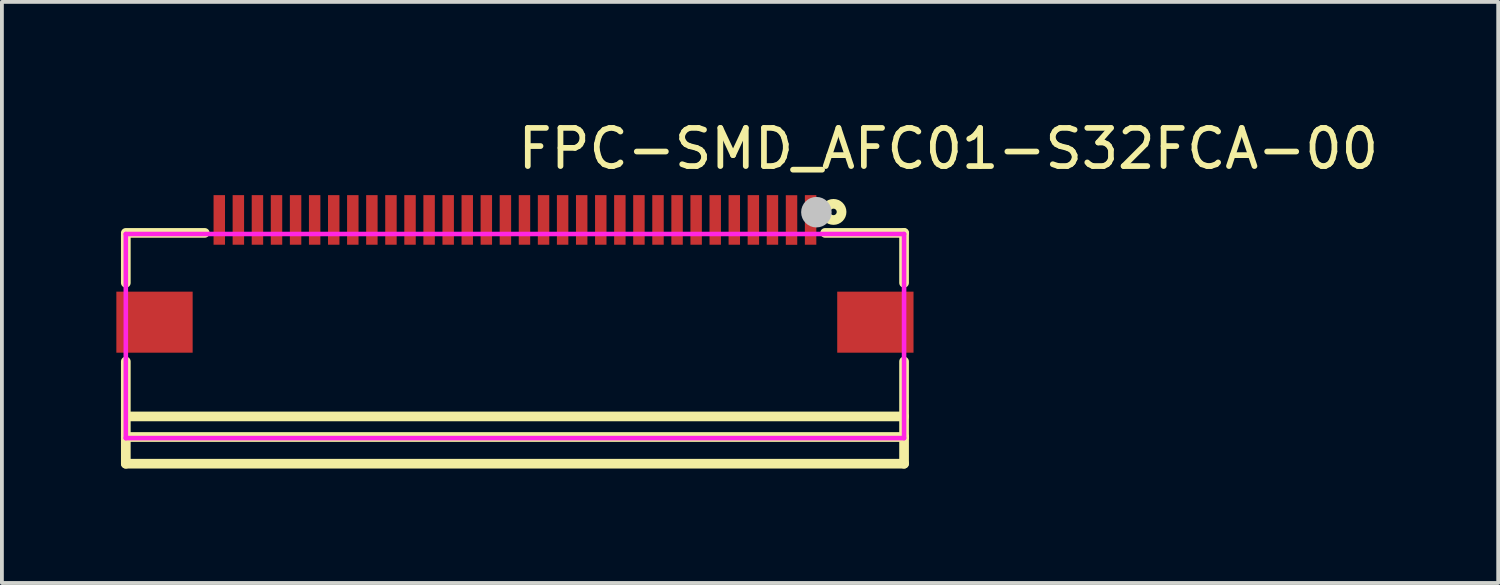
<source format=kicad_pcb>
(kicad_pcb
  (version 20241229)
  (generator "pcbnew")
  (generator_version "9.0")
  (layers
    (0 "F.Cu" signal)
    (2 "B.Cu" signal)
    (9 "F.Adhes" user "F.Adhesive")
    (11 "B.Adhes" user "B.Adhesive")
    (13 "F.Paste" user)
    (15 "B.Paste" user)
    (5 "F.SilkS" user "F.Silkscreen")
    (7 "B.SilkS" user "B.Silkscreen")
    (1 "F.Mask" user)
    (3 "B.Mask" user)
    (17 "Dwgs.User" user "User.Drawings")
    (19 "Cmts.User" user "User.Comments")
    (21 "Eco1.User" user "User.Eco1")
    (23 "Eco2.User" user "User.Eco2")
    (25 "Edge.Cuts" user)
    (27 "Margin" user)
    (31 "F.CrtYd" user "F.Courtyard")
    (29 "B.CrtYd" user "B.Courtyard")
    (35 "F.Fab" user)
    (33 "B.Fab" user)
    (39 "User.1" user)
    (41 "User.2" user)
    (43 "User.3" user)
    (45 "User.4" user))
  (footprint "FPC-SMD_AFC01-S32FCA-00"
    (layer "F.Cu")
    (at 10.448 4.055)
    (property "Reference" "FPC-SMD_AFC01-S32FCA-00" (at 0 -3.207 0) (layer "F.SilkS") (effects (font (size 1 1) (thickness 0.15)) (justify left)))
    (attr through_hole)
    (fp_line (start -10.2 -0.95) (end -10.2 0.309) (stroke (width 0.254) (type solid)) (layer "F.SilkS"))
    (fp_line (start -10.2 2.371) (end -10.2 4.35) (stroke (width 0.254) (type solid)) (layer "F.SilkS"))
    (fp_line (start -10.2 3.811) (end 10.2 3.811) (stroke (width 0.254) (type solid)) (layer "F.SilkS"))
    (fp_line (start -10.2 4.35) (end 10.2 4.35) (stroke (width 0.254) (type solid)) (layer "F.SilkS"))
    (fp_line (start -10.2 5.05) (end -10.2 4.35) (stroke (width 0.254) (type solid)) (layer "F.SilkS"))
    (fp_line (start -8.131 -1) (end -10.2 -1) (stroke (width 0.254) (type solid)) (layer "F.SilkS"))
    (fp_line (start 10.2 -1) (end 8.131 -1) (stroke (width 0.254) (type solid)) (layer "F.SilkS"))
    (fp_line (start 10.2 0.309) (end 10.2 -1) (stroke (width 0.254) (type solid)) (layer "F.SilkS"))
    (fp_line (start 10.2 4.35) (end 10.2 2.371) (stroke (width 0.254) (type solid)) (layer "F.SilkS"))
    (fp_line (start 10.2 4.35) (end 10.2 5.05) (stroke (width 0.254) (type solid)) (layer "F.SilkS"))
    (fp_line (start 10.2 5.05) (end -10.2 5.05) (stroke (width 0.254) (type solid)) (layer "F.SilkS"))
    (fp_circle (center 8.35 -1.55) (end 8.562 -1.55) (stroke (width 0.254) (type solid)) (fill no) (layer "F.SilkS"))
    (fp_circle (center 7.902 -1.543) (end 8.102 -1.543) (stroke (width 0.4) (type solid)) (fill no) (layer "Dwgs.User"))
    (fp_line (start -7.85 -1.03) (end -7.65 -1.03) (stroke (width 0.12) (type solid)) (layer "Eco2.User"))
    (fp_line (start -7.85 -0.97) (end -7.85 -1.03) (stroke (width 0.12) (type solid)) (layer "Eco2.User"))
    (fp_line (start -7.65 -1.03) (end -7.65 -0.97) (stroke (width 0.12) (type solid)) (layer "Eco2.User"))
    (fp_line (start -7.65 -0.97) (end -7.85 -0.97) (stroke (width 0.12) (type solid)) (layer "Eco2.User"))
    (fp_line (start -7.35 -1.03) (end -7.15 -1.03) (stroke (width 0.12) (type solid)) (layer "Eco2.User"))
    (fp_line (start -7.35 -0.97) (end -7.35 -1.03) (stroke (width 0.12) (type solid)) (layer "Eco2.User"))
    (fp_line (start -7.15 -1.03) (end -7.15 -0.97) (stroke (width 0.12) (type solid)) (layer "Eco2.User"))
    (fp_line (start -7.15 -0.97) (end -7.35 -0.97) (stroke (width 0.12) (type solid)) (layer "Eco2.User"))
    (fp_line (start -6.85 -1.03) (end -6.65 -1.03) (stroke (width 0.12) (type solid)) (layer "Eco2.User"))
    (fp_line (start -6.85 -0.97) (end -6.85 -1.03) (stroke (width 0.12) (type solid)) (layer "Eco2.User"))
    (fp_line (start -6.65 -1.03) (end -6.65 -0.97) (stroke (width 0.12) (type solid)) (layer "Eco2.User"))
    (fp_line (start -6.65 -0.97) (end -6.85 -0.97) (stroke (width 0.12) (type solid)) (layer "Eco2.User"))
    (fp_line (start -6.35 -1.03) (end -6.15 -1.03) (stroke (width 0.12) (type solid)) (layer "Eco2.User"))
    (fp_line (start -6.35 -0.97) (end -6.35 -1.03) (stroke (width 0.12) (type solid)) (layer "Eco2.User"))
    (fp_line (start -6.15 -1.03) (end -6.15 -0.97) (stroke (width 0.12) (type solid)) (layer "Eco2.User"))
    (fp_line (start -6.15 -0.97) (end -6.35 -0.97) (stroke (width 0.12) (type solid)) (layer "Eco2.User"))
    (fp_line (start -5.849 -1.03) (end -5.649 -1.03) (stroke (width 0.12) (type solid)) (layer "Eco2.User"))
    (fp_line (start -5.849 -0.97) (end -5.849 -1.03) (stroke (width 0.12) (type solid)) (layer "Eco2.User"))
    (fp_line (start -5.649 -1.03) (end -5.649 -0.97) (stroke (width 0.12) (type solid)) (layer "Eco2.User"))
    (fp_line (start -5.649 -0.97) (end -5.849 -0.97) (stroke (width 0.12) (type solid)) (layer "Eco2.User"))
    (fp_line (start -5.349 -1.03) (end -5.15 -1.03) (stroke (width 0.12) (type solid)) (layer "Eco2.User"))
    (fp_line (start -5.349 -0.97) (end -5.349 -1.03) (stroke (width 0.12) (type solid)) (layer "Eco2.User"))
    (fp_line (start -5.15 -1.03) (end -5.15 -0.97) (stroke (width 0.12) (type solid)) (layer "Eco2.User"))
    (fp_line (start -5.15 -0.97) (end -5.349 -0.97) (stroke (width 0.12) (type solid)) (layer "Eco2.User"))
    (fp_line (start -4.849 -1.03) (end -4.649 -1.03) (stroke (width 0.12) (type solid)) (layer "Eco2.User"))
    (fp_line (start -4.849 -0.97) (end -4.849 -1.03) (stroke (width 0.12) (type solid)) (layer "Eco2.User"))
    (fp_line (start -4.649 -1.03) (end -4.649 -0.97) (stroke (width 0.12) (type solid)) (layer "Eco2.User"))
    (fp_line (start -4.649 -0.97) (end -4.849 -0.97) (stroke (width 0.12) (type solid)) (layer "Eco2.User"))
    (fp_line (start -4.349 -1.03) (end -4.149 -1.03) (stroke (width 0.12) (type solid)) (layer "Eco2.User"))
    (fp_line (start -4.349 -0.97) (end -4.349 -1.03) (stroke (width 0.12) (type solid)) (layer "Eco2.User"))
    (fp_line (start -4.149 -1.03) (end -4.149 -0.97) (stroke (width 0.12) (type solid)) (layer "Eco2.User"))
    (fp_line (start -4.149 -0.97) (end -4.349 -0.97) (stroke (width 0.12) (type solid)) (layer "Eco2.User"))
    (fp_line (start -3.85 -1.03) (end -3.65 -1.03) (stroke (width 0.12) (type solid)) (layer "Eco2.User"))
    (fp_line (start -3.85 -0.97) (end -3.85 -1.03) (stroke (width 0.12) (type solid)) (layer "Eco2.User"))
    (fp_line (start -3.65 -1.03) (end -3.65 -0.97) (stroke (width 0.12) (type solid)) (layer "Eco2.User"))
    (fp_line (start -3.65 -0.97) (end -3.85 -0.97) (stroke (width 0.12) (type solid)) (layer "Eco2.User"))
    (fp_line (start -3.35 -1.03) (end -3.15 -1.03) (stroke (width 0.12) (type solid)) (layer "Eco2.User"))
    (fp_line (start -3.35 -0.97) (end -3.35 -1.03) (stroke (width 0.12) (type solid)) (layer "Eco2.User"))
    (fp_line (start -3.15 -1.03) (end -3.15 -0.97) (stroke (width 0.12) (type solid)) (layer "Eco2.User"))
    (fp_line (start -3.15 -0.97) (end -3.35 -0.97) (stroke (width 0.12) (type solid)) (layer "Eco2.User"))
    (fp_line (start -2.85 -1.03) (end -2.65 -1.03) (stroke (width 0.12) (type solid)) (layer "Eco2.User"))
    (fp_line (start -2.85 -0.97) (end -2.85 -1.03) (stroke (width 0.12) (type solid)) (layer "Eco2.User"))
    (fp_line (start -2.65 -1.03) (end -2.65 -0.97) (stroke (width 0.12) (type solid)) (layer "Eco2.User"))
    (fp_line (start -2.65 -0.97) (end -2.85 -0.97) (stroke (width 0.12) (type solid)) (layer "Eco2.User"))
    (fp_line (start -2.35 -1.03) (end -2.15 -1.03) (stroke (width 0.12) (type solid)) (layer "Eco2.User"))
    (fp_line (start -2.35 -0.97) (end -2.35 -1.03) (stroke (width 0.12) (type solid)) (layer "Eco2.User"))
    (fp_line (start -2.15 -1.03) (end -2.15 -0.97) (stroke (width 0.12) (type solid)) (layer "Eco2.User"))
    (fp_line (start -2.15 -0.97) (end -2.35 -0.97) (stroke (width 0.12) (type solid)) (layer "Eco2.User"))
    (fp_line (start -1.849 -1.03) (end -1.649 -1.03) (stroke (width 0.12) (type solid)) (layer "Eco2.User"))
    (fp_line (start -1.849 -0.97) (end -1.849 -1.03) (stroke (width 0.12) (type solid)) (layer "Eco2.User"))
    (fp_line (start -1.649 -1.03) (end -1.649 -0.97) (stroke (width 0.12) (type solid)) (layer "Eco2.User"))
    (fp_line (start -1.649 -0.97) (end -1.849 -0.97) (stroke (width 0.12) (type solid)) (layer "Eco2.User"))
    (fp_line (start -1.349 -1.029) (end -1.149 -1.029) (stroke (width 0.12) (type solid)) (layer "Eco2.User"))
    (fp_line (start -1.349 -0.97) (end -1.349 -1.029) (stroke (width 0.12) (type solid)) (layer "Eco2.User"))
    (fp_line (start -1.149 -1.029) (end -1.149 -0.97) (stroke (width 0.12) (type solid)) (layer "Eco2.User"))
    (fp_line (start -1.149 -0.97) (end -1.349 -0.97) (stroke (width 0.12) (type solid)) (layer "Eco2.User"))
    (fp_line (start -0.849 -1.03) (end -0.649 -1.03) (stroke (width 0.12) (type solid)) (layer "Eco2.User"))
    (fp_line (start -0.849 -0.97) (end -0.849 -1.03) (stroke (width 0.12) (type solid)) (layer "Eco2.User"))
    (fp_line (start -0.649 -1.03) (end -0.649 -0.97) (stroke (width 0.12) (type solid)) (layer "Eco2.User"))
    (fp_line (start -0.649 -0.97) (end -0.849 -0.97) (stroke (width 0.12) (type solid)) (layer "Eco2.User"))
    (fp_line (start -0.349 -1.029) (end -0.149 -1.029) (stroke (width 0.12) (type solid)) (layer "Eco2.User"))
    (fp_line (start -0.349 -0.97) (end -0.349 -1.029) (stroke (width 0.12) (type solid)) (layer "Eco2.User"))
    (fp_line (start -0.149 -1.029) (end -0.149 -0.97) (stroke (width 0.12) (type solid)) (layer "Eco2.User"))
    (fp_line (start -0.149 -0.97) (end -0.349 -0.97) (stroke (width 0.12) (type solid)) (layer "Eco2.User"))
    (fp_line (start 0.15 -1.03) (end 0.35 -1.03) (stroke (width 0.12) (type solid)) (layer "Eco2.User"))
    (fp_line (start 0.15 -0.969) (end 0.15 -1.03) (stroke (width 0.12) (type solid)) (layer "Eco2.User"))
    (fp_line (start 0.35 -1.03) (end 0.35 -0.969) (stroke (width 0.12) (type solid)) (layer "Eco2.User"))
    (fp_line (start 0.35 -0.969) (end 0.15 -0.969) (stroke (width 0.12) (type solid)) (layer "Eco2.User"))
    (fp_line (start 0.65 -1.03) (end 0.85 -1.03) (stroke (width 0.12) (type solid)) (layer "Eco2.User"))
    (fp_line (start 0.65 -0.969) (end 0.65 -1.03) (stroke (width 0.12) (type solid)) (layer "Eco2.User"))
    (fp_line (start 0.85 -1.03) (end 0.85 -0.969) (stroke (width 0.12) (type solid)) (layer "Eco2.User"))
    (fp_line (start 0.85 -0.969) (end 0.65 -0.969) (stroke (width 0.12) (type solid)) (layer "Eco2.User"))
    (fp_line (start 1.15 -1.03) (end 1.35 -1.03) (stroke (width 0.12) (type solid)) (layer "Eco2.User"))
    (fp_line (start 1.15 -0.969) (end 1.15 -1.03) (stroke (width 0.12) (type solid)) (layer "Eco2.User"))
    (fp_line (start 1.35 -1.03) (end 1.35 -0.969) (stroke (width 0.12) (type solid)) (layer "Eco2.User"))
    (fp_line (start 1.35 -0.969) (end 1.15 -0.969) (stroke (width 0.12) (type solid)) (layer "Eco2.User"))
    (fp_line (start 1.65 -1.03) (end 1.85 -1.03) (stroke (width 0.12) (type solid)) (layer "Eco2.User"))
    (fp_line (start 1.65 -0.969) (end 1.65 -1.03) (stroke (width 0.12) (type solid)) (layer "Eco2.User"))
    (fp_line (start 1.85 -1.03) (end 1.85 -0.969) (stroke (width 0.12) (type solid)) (layer "Eco2.User"))
    (fp_line (start 1.85 -0.969) (end 1.65 -0.969) (stroke (width 0.12) (type solid)) (layer "Eco2.User"))
    (fp_line (start 2.15 -1.03) (end 2.35 -1.03) (stroke (width 0.12) (type solid)) (layer "Eco2.User"))
    (fp_line (start 2.15 -0.97) (end 2.15 -1.03) (stroke (width 0.12) (type solid)) (layer "Eco2.User"))
    (fp_line (start 2.35 -1.03) (end 2.35 -0.97) (stroke (width 0.12) (type solid)) (layer "Eco2.User"))
    (fp_line (start 2.35 -0.97) (end 2.15 -0.97) (stroke (width 0.12) (type solid)) (layer "Eco2.User"))
    (fp_line (start 2.65 -1.03) (end 2.85 -1.03) (stroke (width 0.12) (type solid)) (layer "Eco2.User"))
    (fp_line (start 2.65 -0.97) (end 2.65 -1.03) (stroke (width 0.12) (type solid)) (layer "Eco2.User"))
    (fp_line (start 2.85 -1.03) (end 2.85 -0.97) (stroke (width 0.12) (type solid)) (layer "Eco2.User"))
    (fp_line (start 2.85 -0.97) (end 2.65 -0.97) (stroke (width 0.12) (type solid)) (layer "Eco2.User"))
    (fp_line (start 3.15 -1.03) (end 3.35 -1.03) (stroke (width 0.12) (type solid)) (layer "Eco2.User"))
    (fp_line (start 3.15 -0.97) (end 3.15 -1.03) (stroke (width 0.12) (type solid)) (layer "Eco2.User"))
    (fp_line (start 3.35 -1.03) (end 3.35 -0.97) (stroke (width 0.12) (type solid)) (layer "Eco2.User"))
    (fp_line (start 3.35 -0.97) (end 3.15 -0.97) (stroke (width 0.12) (type solid)) (layer "Eco2.User"))
    (fp_line (start 3.65 -1.03) (end 3.85 -1.03) (stroke (width 0.12) (type solid)) (layer "Eco2.User"))
    (fp_line (start 3.65 -0.97) (end 3.65 -1.03) (stroke (width 0.12) (type solid)) (layer "Eco2.User"))
    (fp_line (start 3.85 -1.03) (end 3.85 -0.97) (stroke (width 0.12) (type solid)) (layer "Eco2.User"))
    (fp_line (start 3.85 -0.97) (end 3.65 -0.97) (stroke (width 0.12) (type solid)) (layer "Eco2.User"))
    (fp_line (start 4.15 -1.03) (end 4.35 -1.03) (stroke (width 0.12) (type solid)) (layer "Eco2.User"))
    (fp_line (start 4.15 -0.97) (end 4.15 -1.03) (stroke (width 0.12) (type solid)) (layer "Eco2.User"))
    (fp_line (start 4.35 -1.03) (end 4.35 -0.97) (stroke (width 0.12) (type solid)) (layer "Eco2.User"))
    (fp_line (start 4.35 -0.97) (end 4.15 -0.97) (stroke (width 0.12) (type solid)) (layer "Eco2.User"))
    (fp_line (start 4.65 -1.03) (end 4.85 -1.03) (stroke (width 0.12) (type solid)) (layer "Eco2.User"))
    (fp_line (start 4.65 -0.97) (end 4.65 -1.03) (stroke (width 0.12) (type solid)) (layer "Eco2.User"))
    (fp_line (start 4.85 -1.03) (end 4.85 -0.97) (stroke (width 0.12) (type solid)) (layer "Eco2.User"))
    (fp_line (start 4.85 -0.97) (end 4.65 -0.97) (stroke (width 0.12) (type solid)) (layer "Eco2.User"))
    (fp_line (start 5.15 -1.03) (end 5.35 -1.03) (stroke (width 0.12) (type solid)) (layer "Eco2.User"))
    (fp_line (start 5.15 -0.97) (end 5.15 -1.03) (stroke (width 0.12) (type solid)) (layer "Eco2.User"))
    (fp_line (start 5.35 -1.03) (end 5.35 -0.97) (stroke (width 0.12) (type solid)) (layer "Eco2.User"))
    (fp_line (start 5.35 -0.97) (end 5.15 -0.97) (stroke (width 0.12) (type solid)) (layer "Eco2.User"))
    (fp_line (start 5.65 -1.03) (end 5.85 -1.03) (stroke (width 0.12) (type solid)) (layer "Eco2.User"))
    (fp_line (start 5.65 -0.97) (end 5.65 -1.03) (stroke (width 0.12) (type solid)) (layer "Eco2.User"))
    (fp_line (start 5.85 -1.03) (end 5.85 -0.97) (stroke (width 0.12) (type solid)) (layer "Eco2.User"))
    (fp_line (start 5.85 -0.97) (end 5.65 -0.97) (stroke (width 0.12) (type solid)) (layer "Eco2.User"))
    (fp_line (start 6.15 -1.03) (end 6.35 -1.03) (stroke (width 0.12) (type solid)) (layer "Eco2.User"))
    (fp_line (start 6.15 -0.97) (end 6.15 -1.03) (stroke (width 0.12) (type solid)) (layer "Eco2.User"))
    (fp_line (start 6.35 -1.03) (end 6.35 -0.97) (stroke (width 0.12) (type solid)) (layer "Eco2.User"))
    (fp_line (start 6.35 -0.97) (end 6.15 -0.97) (stroke (width 0.12) (type solid)) (layer "Eco2.User"))
    (fp_line (start 6.65 -1.03) (end 6.85 -1.03) (stroke (width 0.12) (type solid)) (layer "Eco2.User"))
    (fp_line (start 6.65 -0.97) (end 6.65 -1.03) (stroke (width 0.12) (type solid)) (layer "Eco2.User"))
    (fp_line (start 6.85 -1.03) (end 6.85 -0.97) (stroke (width 0.12) (type solid)) (layer "Eco2.User"))
    (fp_line (start 6.85 -0.97) (end 6.65 -0.97) (stroke (width 0.12) (type solid)) (layer "Eco2.User"))
    (fp_line (start 7.15 -1.03) (end 7.35 -1.03) (stroke (width 0.12) (type solid)) (layer "Eco2.User"))
    (fp_line (start 7.15 -0.97) (end 7.15 -1.03) (stroke (width 0.12) (type solid)) (layer "Eco2.User"))
    (fp_line (start 7.35 -1.03) (end 7.35 -0.97) (stroke (width 0.12) (type solid)) (layer "Eco2.User"))
    (fp_line (start 7.35 -0.97) (end 7.15 -0.97) (stroke (width 0.12) (type solid)) (layer "Eco2.User"))
    (fp_line (start 7.65 -1.03) (end 7.85 -1.03) (stroke (width 0.12) (type solid)) (layer "Eco2.User"))
    (fp_line (start 7.65 -0.97) (end 7.65 -1.03) (stroke (width 0.12) (type solid)) (layer "Eco2.User"))
    (fp_line (start 7.85 -1.03) (end 7.85 -0.97) (stroke (width 0.12) (type solid)) (layer "Eco2.User"))
    (fp_line (start 7.85 -0.97) (end 7.65 -0.97) (stroke (width 0.12) (type solid)) (layer "Eco2.User"))
    (fp_circle (center 10.2 -1.72) (end 10.23 -1.72) (stroke (width 0.06) (type solid)) (fill no) (layer "Eco2.User"))
    (fp_poly (pts (xy -8.7 0.81) (xy -8.7 1.81) (xy -10.2 1.81) (xy -10.2 0.81)) (stroke (width 0.12) (type solid)) (fill no) (layer "Eco2.User"))
    (fp_poly (pts (xy -7.65 -1.02) (xy -7.85 -1.02) (xy -7.85 -1.72) (xy -7.65 -1.72)) (stroke (width 0.12) (type solid)) (fill no) (layer "Eco2.User"))
    (fp_poly (pts (xy -7.15 -1.02) (xy -7.35 -1.02) (xy -7.35 -1.72) (xy -7.15 -1.72)) (stroke (width 0.12) (type solid)) (fill no) (layer "Eco2.User"))
    (fp_poly (pts (xy -6.65 -1.02) (xy -6.85 -1.02) (xy -6.85 -1.72) (xy -6.65 -1.72)) (stroke (width 0.12) (type solid)) (fill no) (layer "Eco2.User"))
    (fp_poly (pts (xy -6.15 -1.02) (xy -6.35 -1.02) (xy -6.35 -1.72) (xy -6.15 -1.72)) (stroke (width 0.12) (type solid)) (fill no) (layer "Eco2.User"))
    (fp_poly (pts (xy -5.65 -1.02) (xy -5.85 -1.02) (xy -5.85 -1.72) (xy -5.65 -1.72)) (stroke (width 0.12) (type solid)) (fill no) (layer "Eco2.User"))
    (fp_poly (pts (xy -5.15 -1.02) (xy -5.35 -1.02) (xy -5.35 -1.72) (xy -5.15 -1.72)) (stroke (width 0.12) (type solid)) (fill no) (layer "Eco2.User"))
    (fp_poly (pts (xy -4.65 -1.02) (xy -4.85 -1.02) (xy -4.85 -1.72) (xy -4.65 -1.72)) (stroke (width 0.12) (type solid)) (fill no) (layer "Eco2.User"))
    (fp_poly (pts (xy -4.15 -1.02) (xy -4.35 -1.02) (xy -4.35 -1.72) (xy -4.15 -1.72)) (stroke (width 0.12) (type solid)) (fill no) (layer "Eco2.User"))
    (fp_poly (pts (xy -3.65 -1.02) (xy -3.85 -1.02) (xy -3.85 -1.72) (xy -3.65 -1.72)) (stroke (width 0.12) (type solid)) (fill no) (layer "Eco2.User"))
    (fp_poly (pts (xy -3.15 -1.02) (xy -3.35 -1.02) (xy -3.35 -1.72) (xy -3.15 -1.72)) (stroke (width 0.12) (type solid)) (fill no) (layer "Eco2.User"))
    (fp_poly (pts (xy -2.65 -1.02) (xy -2.85 -1.02) (xy -2.85 -1.72) (xy -2.65 -1.72)) (stroke (width 0.12) (type solid)) (fill no) (layer "Eco2.User"))
    (fp_poly (pts (xy -2.15 -1.02) (xy -2.35 -1.02) (xy -2.35 -1.72) (xy -2.15 -1.72)) (stroke (width 0.12) (type solid)) (fill no) (layer "Eco2.User"))
    (fp_poly (pts (xy -1.65 -1.02) (xy -1.85 -1.02) (xy -1.85 -1.72) (xy -1.65 -1.72)) (stroke (width 0.12) (type solid)) (fill no) (layer "Eco2.User"))
    (fp_poly (pts (xy -1.15 -1.02) (xy -1.35 -1.02) (xy -1.35 -1.72) (xy -1.15 -1.72)) (stroke (width 0.12) (type solid)) (fill no) (layer "Eco2.User"))
    (fp_poly (pts (xy -0.65 -1.02) (xy -0.85 -1.02) (xy -0.85 -1.72) (xy -0.65 -1.72)) (stroke (width 0.12) (type solid)) (fill no) (layer "Eco2.User"))
    (fp_poly (pts (xy -0.15 -1.02) (xy -0.35 -1.02) (xy -0.35 -1.72) (xy -0.15 -1.72)) (stroke (width 0.12) (type solid)) (fill no) (layer "Eco2.User"))
    (fp_poly (pts (xy 0.35 -1.02) (xy 0.15 -1.02) (xy 0.15 -1.72) (xy 0.35 -1.72)) (stroke (width 0.12) (type solid)) (fill no) (layer "Eco2.User"))
    (fp_poly (pts (xy 0.85 -1.02) (xy 0.65 -1.02) (xy 0.65 -1.72) (xy 0.85 -1.72)) (stroke (width 0.12) (type solid)) (fill no) (layer "Eco2.User"))
    (fp_poly (pts (xy 1.35 -1.02) (xy 1.15 -1.02) (xy 1.15 -1.72) (xy 1.35 -1.72)) (stroke (width 0.12) (type solid)) (fill no) (layer "Eco2.User"))
    (fp_poly (pts (xy 1.85 -1.02) (xy 1.65 -1.02) (xy 1.65 -1.72) (xy 1.85 -1.72)) (stroke (width 0.12) (type solid)) (fill no) (layer "Eco2.User"))
    (fp_poly (pts (xy 2.35 -1.02) (xy 2.15 -1.02) (xy 2.15 -1.72) (xy 2.35 -1.72)) (stroke (width 0.12) (type solid)) (fill no) (layer "Eco2.User"))
    (fp_poly (pts (xy 2.85 -1.02) (xy 2.65 -1.02) (xy 2.65 -1.72) (xy 2.85 -1.72)) (stroke (width 0.12) (type solid)) (fill no) (layer "Eco2.User"))
    (fp_poly (pts (xy 3.35 -1.02) (xy 3.15 -1.02) (xy 3.15 -1.72) (xy 3.35 -1.72)) (stroke (width 0.12) (type solid)) (fill no) (layer "Eco2.User"))
    (fp_poly (pts (xy 3.85 -1.02) (xy 3.65 -1.02) (xy 3.65 -1.72) (xy 3.85 -1.72)) (stroke (width 0.12) (type solid)) (fill no) (layer "Eco2.User"))
    (fp_poly (pts (xy 4.35 -1.02) (xy 4.15 -1.02) (xy 4.15 -1.72) (xy 4.35 -1.72)) (stroke (width 0.12) (type solid)) (fill no) (layer "Eco2.User"))
    (fp_poly (pts (xy 4.85 -1.02) (xy 4.65 -1.02) (xy 4.65 -1.72) (xy 4.85 -1.72)) (stroke (width 0.12) (type solid)) (fill no) (layer "Eco2.User"))
    (fp_poly (pts (xy 5.35 -1.02) (xy 5.15 -1.02) (xy 5.15 -1.72) (xy 5.35 -1.72)) (stroke (width 0.12) (type solid)) (fill no) (layer "Eco2.User"))
    (fp_poly (pts (xy 5.85 -1.02) (xy 5.65 -1.02) (xy 5.65 -1.72) (xy 5.85 -1.72)) (stroke (width 0.12) (type solid)) (fill no) (layer "Eco2.User"))
    (fp_poly (pts (xy 6.35 -1.02) (xy 6.15 -1.02) (xy 6.15 -1.72) (xy 6.35 -1.72)) (stroke (width 0.12) (type solid)) (fill no) (layer "Eco2.User"))
    (fp_poly (pts (xy 6.85 -1.02) (xy 6.65 -1.02) (xy 6.65 -1.72) (xy 6.85 -1.72)) (stroke (width 0.12) (type solid)) (fill no) (layer "Eco2.User"))
    (fp_poly (pts (xy 7.35 -1.018) (xy 7.15 -1.018) (xy 7.15 -1.718) (xy 7.35 -1.718)) (stroke (width 0.12) (type solid)) (fill no) (layer "Eco2.User"))
    (fp_poly (pts (xy 7.85 -1.02) (xy 7.65 -1.02) (xy 7.65 -1.72) (xy 7.85 -1.72)) (stroke (width 0.12) (type solid)) (fill no) (layer "Eco2.User"))
    (fp_poly (pts (xy 10.2 0.81) (xy 10.2 1.81) (xy 8.7 1.81) (xy 8.7 0.81)) (stroke (width 0.12) (type solid)) (fill no) (layer "Eco2.User"))
    (fp_line (start -10.2 -0.971) (end 10.2 -0.971) (stroke (width 0.12) (type solid)) (layer "F.CrtYd"))
    (fp_line (start -10.2 4.379) (end -10.2 -0.971) (stroke (width 0.12) (type solid)) (layer "F.CrtYd"))
    (fp_line (start 10.2 -0.971) (end 10.2 4.379) (stroke (width 0.12) (type solid)) (layer "F.CrtYd"))
    (fp_line (start 10.2 4.379) (end -10.2 4.379) (stroke (width 0.12) (type solid)) (layer "F.CrtYd"))
    (pad "1" smd rect (at 7.75 -1.34 180) (size 0.3 1.3) (layers "F.Cu" "F.Mask" "F.Paste"))
    (pad "2" smd rect (at 7.25 -1.338 180) (size 0.3 1.3) (layers "F.Cu" "F.Mask" "F.Paste"))
    (pad "3" smd rect (at 6.75 -1.34 180) (size 0.3 1.3) (layers "F.Cu" "F.Mask" "F.Paste"))
    (pad "4" smd rect (at 6.25 -1.34 180) (size 0.3 1.3) (layers "F.Cu" "F.Mask" "F.Paste"))
    (pad "5" smd rect (at 5.75 -1.34 180) (size 0.3 1.3) (layers "F.Cu" "F.Mask" "F.Paste"))
    (pad "6" smd rect (at 5.25 -1.34 180) (size 0.3 1.3) (layers "F.Cu" "F.Mask" "F.Paste"))
    (pad "7" smd rect (at 4.75 -1.34 180) (size 0.3 1.3) (layers "F.Cu" "F.Mask" "F.Paste"))
    (pad "8" smd rect (at 4.25 -1.34 180) (size 0.3 1.3) (layers "F.Cu" "F.Mask" "F.Paste"))
    (pad "9" smd rect (at 3.75 -1.34 180) (size 0.3 1.3) (layers "F.Cu" "F.Mask" "F.Paste"))
    (pad "10" smd rect (at 3.25 -1.34 180) (size 0.3 1.3) (layers "F.Cu" "F.Mask" "F.Paste"))
    (pad "11" smd rect (at 2.75 -1.34 180) (size 0.3 1.3) (layers "F.Cu" "F.Mask" "F.Paste"))
    (pad "12" smd rect (at 2.25 -1.34 180) (size 0.3 1.3) (layers "F.Cu" "F.Mask" "F.Paste"))
    (pad "13" smd rect (at 1.75 -1.34 180) (size 0.3 1.3) (layers "F.Cu" "F.Mask" "F.Paste"))
    (pad "14" smd rect (at 1.25 -1.34 180) (size 0.3 1.3) (layers "F.Cu" "F.Mask" "F.Paste"))
    (pad "15" smd rect (at 0.75 -1.34 180) (size 0.3 1.3) (layers "F.Cu" "F.Mask" "F.Paste"))
    (pad "16" smd rect (at 0.25 -1.34 180) (size 0.3 1.3) (layers "F.Cu" "F.Mask" "F.Paste"))
    (pad "17" smd rect (at -0.25 -1.34 180) (size 0.3 1.3) (layers "F.Cu" "F.Mask" "F.Paste"))
    (pad "18" smd rect (at -0.75 -1.34 180) (size 0.3 1.3) (layers "F.Cu" "F.Mask" "F.Paste"))
    (pad "19" smd rect (at -1.25 -1.34 180) (size 0.3 1.3) (layers "F.Cu" "F.Mask" "F.Paste"))
    (pad "20" smd rect (at -1.75 -1.34 180) (size 0.3 1.3) (layers "F.Cu" "F.Mask" "F.Paste"))
    (pad "21" smd rect (at -2.25 -1.34 180) (size 0.3 1.3) (layers "F.Cu" "F.Mask" "F.Paste"))
    (pad "22" smd rect (at -2.75 -1.34 180) (size 0.3 1.3) (layers "F.Cu" "F.Mask" "F.Paste"))
    (pad "23" smd rect (at -3.25 -1.34 180) (size 0.3 1.3) (layers "F.Cu" "F.Mask" "F.Paste"))
    (pad "24" smd rect (at -3.75 -1.34 180) (size 0.3 1.3) (layers "F.Cu" "F.Mask" "F.Paste"))
    (pad "25" smd rect (at -4.25 -1.34 180) (size 0.3 1.3) (layers "F.Cu" "F.Mask" "F.Paste"))
    (pad "26" smd rect (at -4.75 -1.34 180) (size 0.3 1.3) (layers "F.Cu" "F.Mask" "F.Paste"))
    (pad "27" smd rect (at -5.25 -1.34 180) (size 0.3 1.3) (layers "F.Cu" "F.Mask" "F.Paste"))
    (pad "28" smd rect (at -5.75 -1.34 180) (size 0.3 1.3) (layers "F.Cu" "F.Mask" "F.Paste"))
    (pad "29" smd rect (at -6.25 -1.34 180) (size 0.3 1.3) (layers "F.Cu" "F.Mask" "F.Paste"))
    (pad "30" smd rect (at -6.75 -1.34 180) (size 0.3 1.3) (layers "F.Cu" "F.Mask" "F.Paste"))
    (pad "31" smd rect (at -7.25 -1.34 180) (size 0.3 1.3) (layers "F.Cu" "F.Mask" "F.Paste"))
    (pad "32" smd rect (at -7.75 -1.34 180) (size 0.3 1.3) (layers "F.Cu" "F.Mask" "F.Paste"))
    (pad "33" smd rect (at -9.448 1.34 90) (size 1.6 2) (layers "F.Cu" "F.Mask" "F.Paste"))
    (pad "34" smd rect (at 9.448 1.34 90) (size 1.6 2) (layers "F.Cu" "F.Mask" "F.Paste")))
  (gr_rect
    (start -3 -3)
    (end 36.222 12.232)
    (stroke (width 0.1) (type default))
    (fill no)
    (layer "Edge.Cuts")))
</source>
